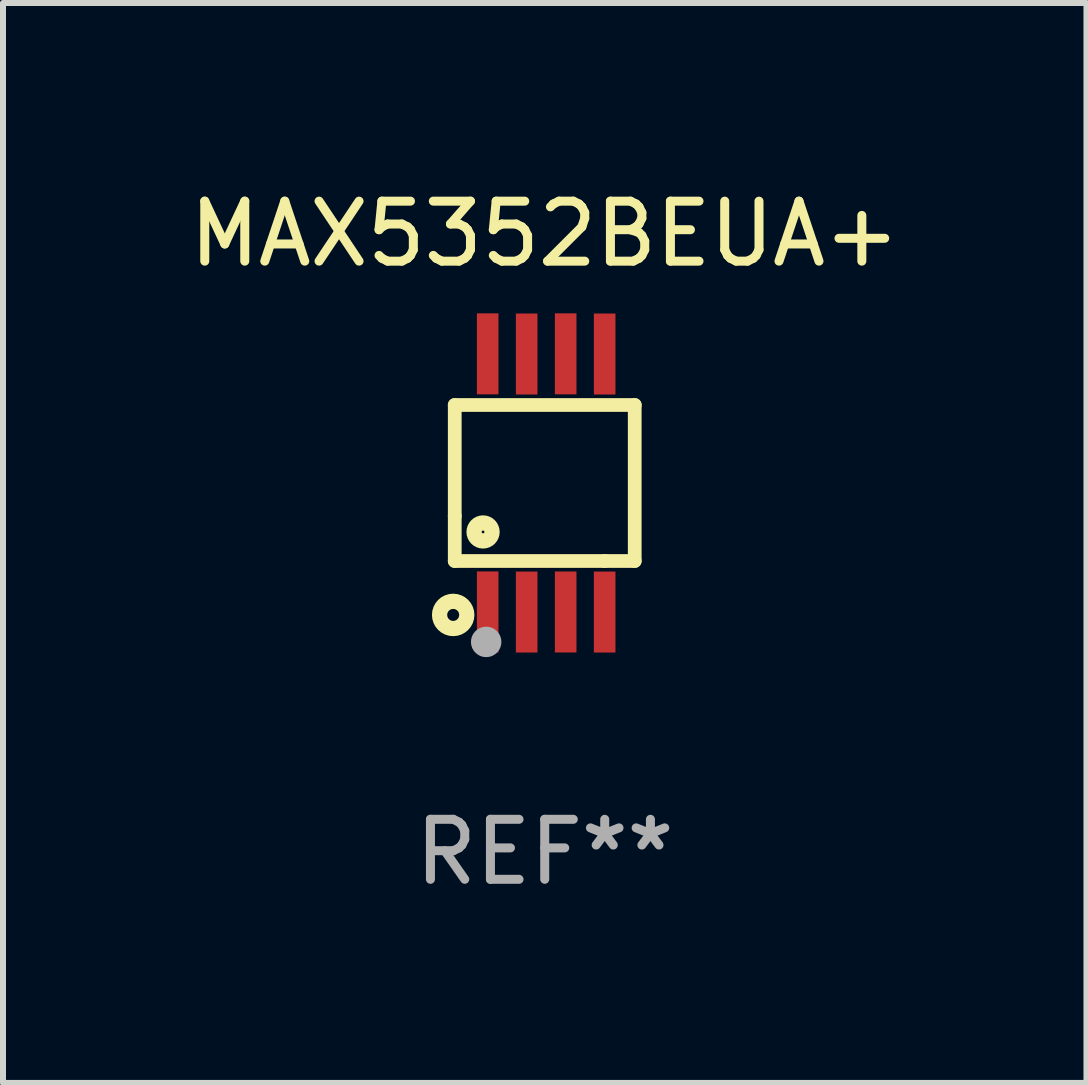
<source format=kicad_pcb>
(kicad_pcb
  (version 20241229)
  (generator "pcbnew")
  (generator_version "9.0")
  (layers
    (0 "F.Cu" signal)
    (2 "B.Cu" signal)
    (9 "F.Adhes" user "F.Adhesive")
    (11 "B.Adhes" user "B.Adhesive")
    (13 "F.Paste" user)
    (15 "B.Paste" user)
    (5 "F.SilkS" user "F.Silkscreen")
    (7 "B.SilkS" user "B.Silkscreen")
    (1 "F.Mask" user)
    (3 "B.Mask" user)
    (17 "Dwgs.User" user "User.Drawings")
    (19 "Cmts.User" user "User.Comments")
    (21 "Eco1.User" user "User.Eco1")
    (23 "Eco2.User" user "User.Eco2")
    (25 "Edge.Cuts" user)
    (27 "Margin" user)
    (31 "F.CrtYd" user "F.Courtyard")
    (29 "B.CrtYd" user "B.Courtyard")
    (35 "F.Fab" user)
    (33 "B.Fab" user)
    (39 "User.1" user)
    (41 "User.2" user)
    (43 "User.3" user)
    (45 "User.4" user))
  (footprint "MAX5352BEUA+"
    (layer "F.Cu")
    (at 6.03 5)
    (property "Reference" "MAX5352BEUA+" (at 0 -4.152 0) (layer "F.SilkS") (effects (font (size 1 1) (thickness 0.15))))
    (attr through_hole)
    (fp_line (start -1.5 1.301) (end 1 1.301) (stroke (width 0.229) (type solid)) (layer "F.SilkS"))
    (fp_line (start -1.5 -1.299) (end -1.5 0.551) (stroke (width 0.229) (type solid)) (layer "F.SilkS"))
    (fp_line (start -1.5 0.551) (end -1.5 1.301) (stroke (width 0.229) (type solid)) (layer "F.SilkS"))
    (fp_line (start 1 1.301) (end 1.5 1.301) (stroke (width 0.229) (type solid)) (layer "F.SilkS"))
    (fp_line (start 1.5 1.301) (end 1.5 -1.299) (stroke (width 0.229) (type solid)) (layer "F.SilkS"))
    (fp_line (start 1.5 -1.299) (end -1.5 -1.299) (stroke (width 0.229) (type solid)) (layer "F.SilkS"))
    (fp_circle (center -1.526 2.2) (end -1.426 2.2) (stroke (width 0.254) (type solid)) (fill no) (layer "F.SilkS"))
    (fp_circle (center -1.476 2.45) (end -1.446 2.45) (stroke (width 0.06) (type solid)) (fill no) (layer "F.SilkS"))
    (fp_circle (center -1.028 0.817) (end -0.878 0.817) (stroke (width 0.254) (type solid)) (fill no) (layer "F.SilkS"))
    (fp_circle (center -0.976 2.65) (end -0.849 2.65) (stroke (width 0.254) (type solid)) (fill no) (layer "F.Fab"))
    (fp_text user "REF**" (at 0 6.152 0) (layer "F.Fab") (effects (font (size 1 1) (thickness 0.15))))
    (pad "1" smd rect (at -0.951 2.15) (size 0.36 1.35) (layers "F.Cu" "F.Mask" "F.Paste"))
    (pad "2" smd rect (at -0.301 2.152) (size 0.36 1.35) (layers "F.Cu" "F.Mask" "F.Paste"))
    (pad "3" smd rect (at 0.349 2.151) (size 0.36 1.35) (layers "F.Cu" "F.Mask" "F.Paste"))
    (pad "4" smd rect (at 0.999 2.152) (size 0.36 1.35) (layers "F.Cu" "F.Mask" "F.Paste"))
    (pad "5" smd rect (at 0.999 -2.149) (size 0.36 1.35) (layers "F.Cu" "F.Mask" "F.Paste"))
    (pad "6" smd rect (at 0.349 -2.152) (size 0.36 1.35) (layers "F.Cu" "F.Mask" "F.Paste"))
    (pad "7" smd rect (at -0.301 -2.149) (size 0.36 1.35) (layers "F.Cu" "F.Mask" "F.Paste"))
    (pad "8" smd rect (at -0.951 -2.152) (size 0.36 1.35) (layers "F.Cu" "F.Mask" "F.Paste")))
  (gr_rect
    (start -3 -3)
    (end 15.06 15.001)
    (stroke (width 0.1) (type default))
    (fill no)
    (layer "Edge.Cuts")))
</source>
